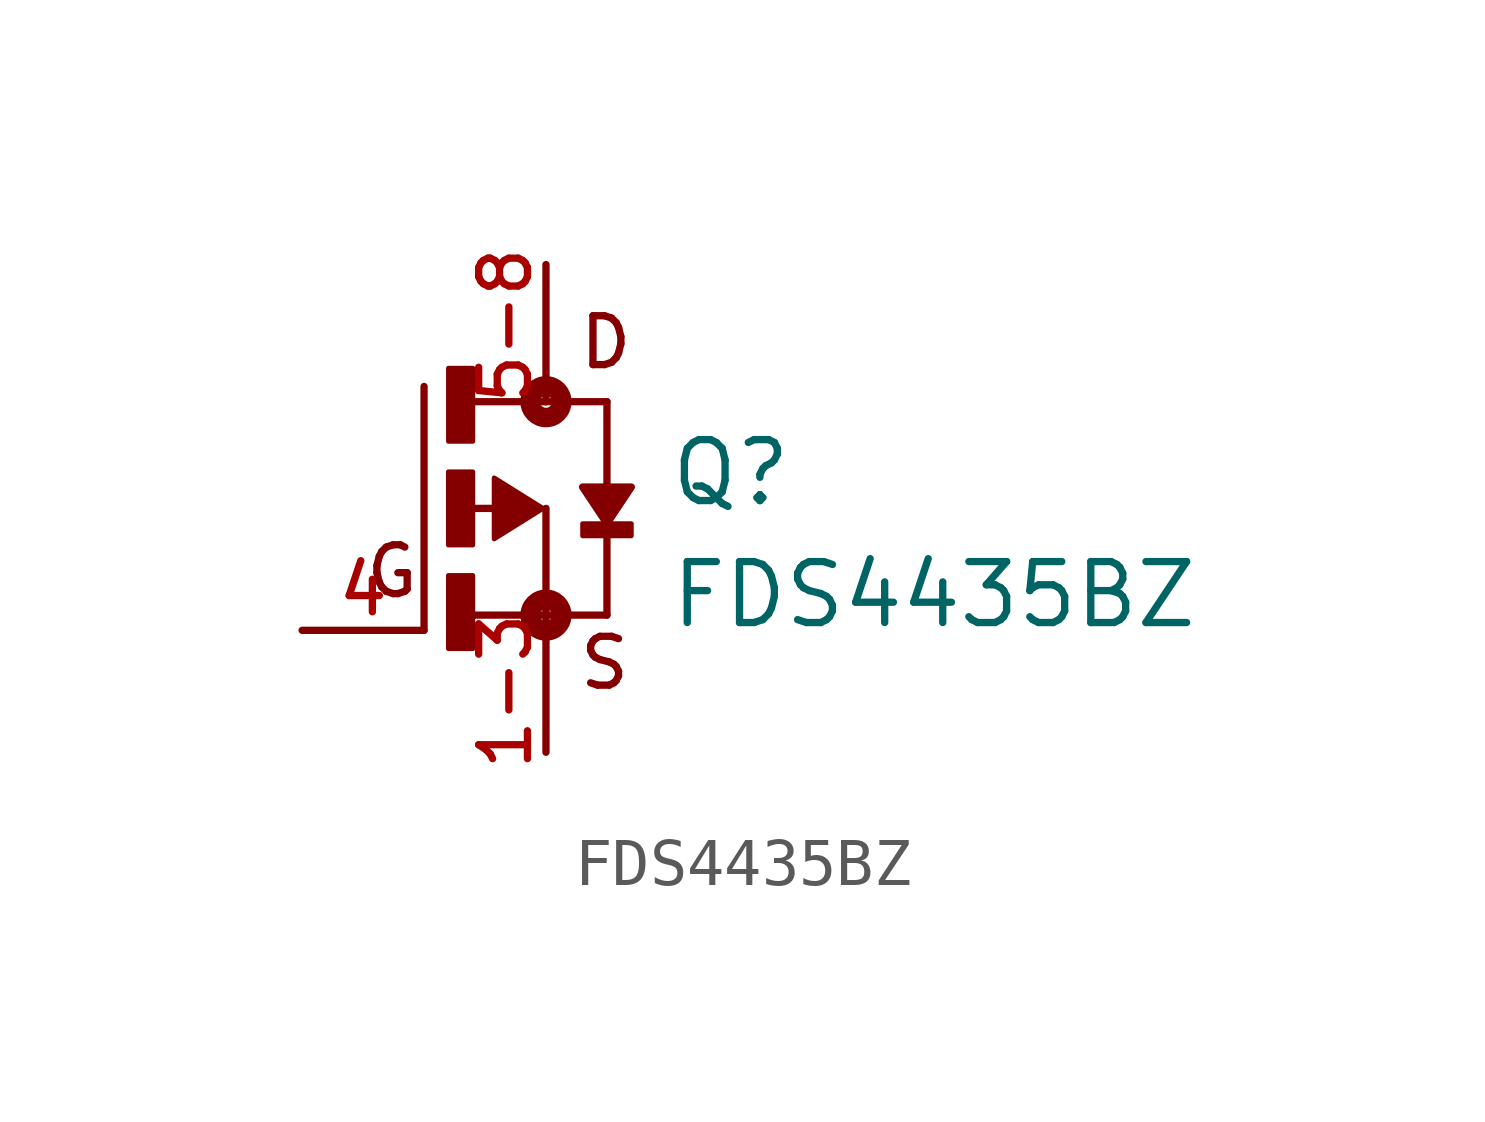
<source format=kicad_sym>
(kicad_symbol_lib
  (version 20211014)
  (generator kicad_symbol_editor)
  (symbol "FDS4435BZ"
    (pin_names
      (offset 1.016))
    (property "Reference" "Q"
      (at 2.542 0.0 0)
      (effects (font (size 1.27 1.27)) (justify bottom left)))
    (property "Value" "FDS4435BZ"
      (at 2.541 -2.541 0)
      (effects (font (size 1.27 1.27)) (justify bottom left)))
    (symbol "FDS4435BZ_0_0"
      (polyline (pts (xy -1.079 0.0) (xy -1.905 0.0)) (stroke (width 0.152)))
      (polyline (pts (xy -1.905 -2.223) (xy 0.0 -2.223)) (stroke (width 0.152)))
      (polyline (pts (xy -2.54 -2.54) (xy -2.54 2.54)) (stroke (width 0.152)))
      (polyline (pts (xy 0.0 0.0) (xy 0.0 -2.223)) (stroke (width 0.152)))
      (polyline (pts (xy 1.27 -2.223) (xy 0.0 -2.223)) (stroke (width 0.152)))
      (polyline (pts (xy -1.587 2.223) (xy 0.0 2.223)) (stroke (width 0.152)))
      (polyline (pts (xy 0.0 2.223) (xy 1.27 2.223)) (stroke (width 0.152)))
      (polyline (pts (xy 0.0 -2.223) (xy 0.0 -2.54)) (stroke (width 0.152)))
      (polyline (pts (xy 1.27 2.223) (xy 1.27 -2.223)) (stroke (width 0.152)))
      (polyline (pts (xy 0.0 2.54) (xy 0.0 2.223)) (stroke (width 0.152)))
      (circle (center 0.0 -2.223) (radius 0.127) (stroke (width 0.406)) (fill (type none)))
      (circle (center 0.0 2.223) (radius 0.127) (stroke (width 0.406)) (fill (type none)))
      (text "D" (at 0.636 2.863 0) (effects (font (size 1.018 1.018)) (justify bottom left)))
      (text "S" (at 0.636 -3.814 0) (effects (font (size 1.017 1.017)) (justify bottom left)))
      (text "G" (at -3.816 -1.908 0) (effects (font (size 1.018 1.018)) (justify bottom left)))
      (rectangle (start -2.032 1.397) (end -1.524 2.921) (stroke (width 0.1)) (fill (type outline)))
      (rectangle (start -2.034 -0.763) (end -1.524 0.762) (stroke (width 0.1)) (fill (type outline)))
      (rectangle (start -2.033 -2.922) (end -1.524 -1.397) (stroke (width 0.1)) (fill (type outline)))
      (rectangle (start 0.763 -0.572) (end 1.778 -0.318) (stroke (width 0.1)) (fill (type outline)))
      (polyline (pts (xy -0.064 0.0) (xy -1.079 -0.635) (xy -1.079 0.635) (xy -0.064 0.0)) (stroke (width 0.102)) (fill (type outline)))
      (polyline (pts (xy 1.27 -0.318) (xy 1.778 0.445) (xy 0.762 0.445) (xy 1.27 -0.318)) (stroke (width 0.152)) (fill (type outline)))
      (pin passive line (at 0.0 5.08 270.0) (length 2.54) (name "~" (effects (font (size 1.016 1.016)))) (number "5-8" (effects (font (size 1.016 1.016)))))
      (pin passive line (at 0.0 -5.08 90.0) (length 2.54) (name "~" (effects (font (size 1.016 1.016)))) (number "1-3" (effects (font (size 1.016 1.016)))))
      (pin passive line (at -5.08 -2.54 0) (length 2.54) (name "~" (effects (font (size 1.016 1.016)))) (number "4" (effects (font (size 1.016 1.016))))))))
</source>
